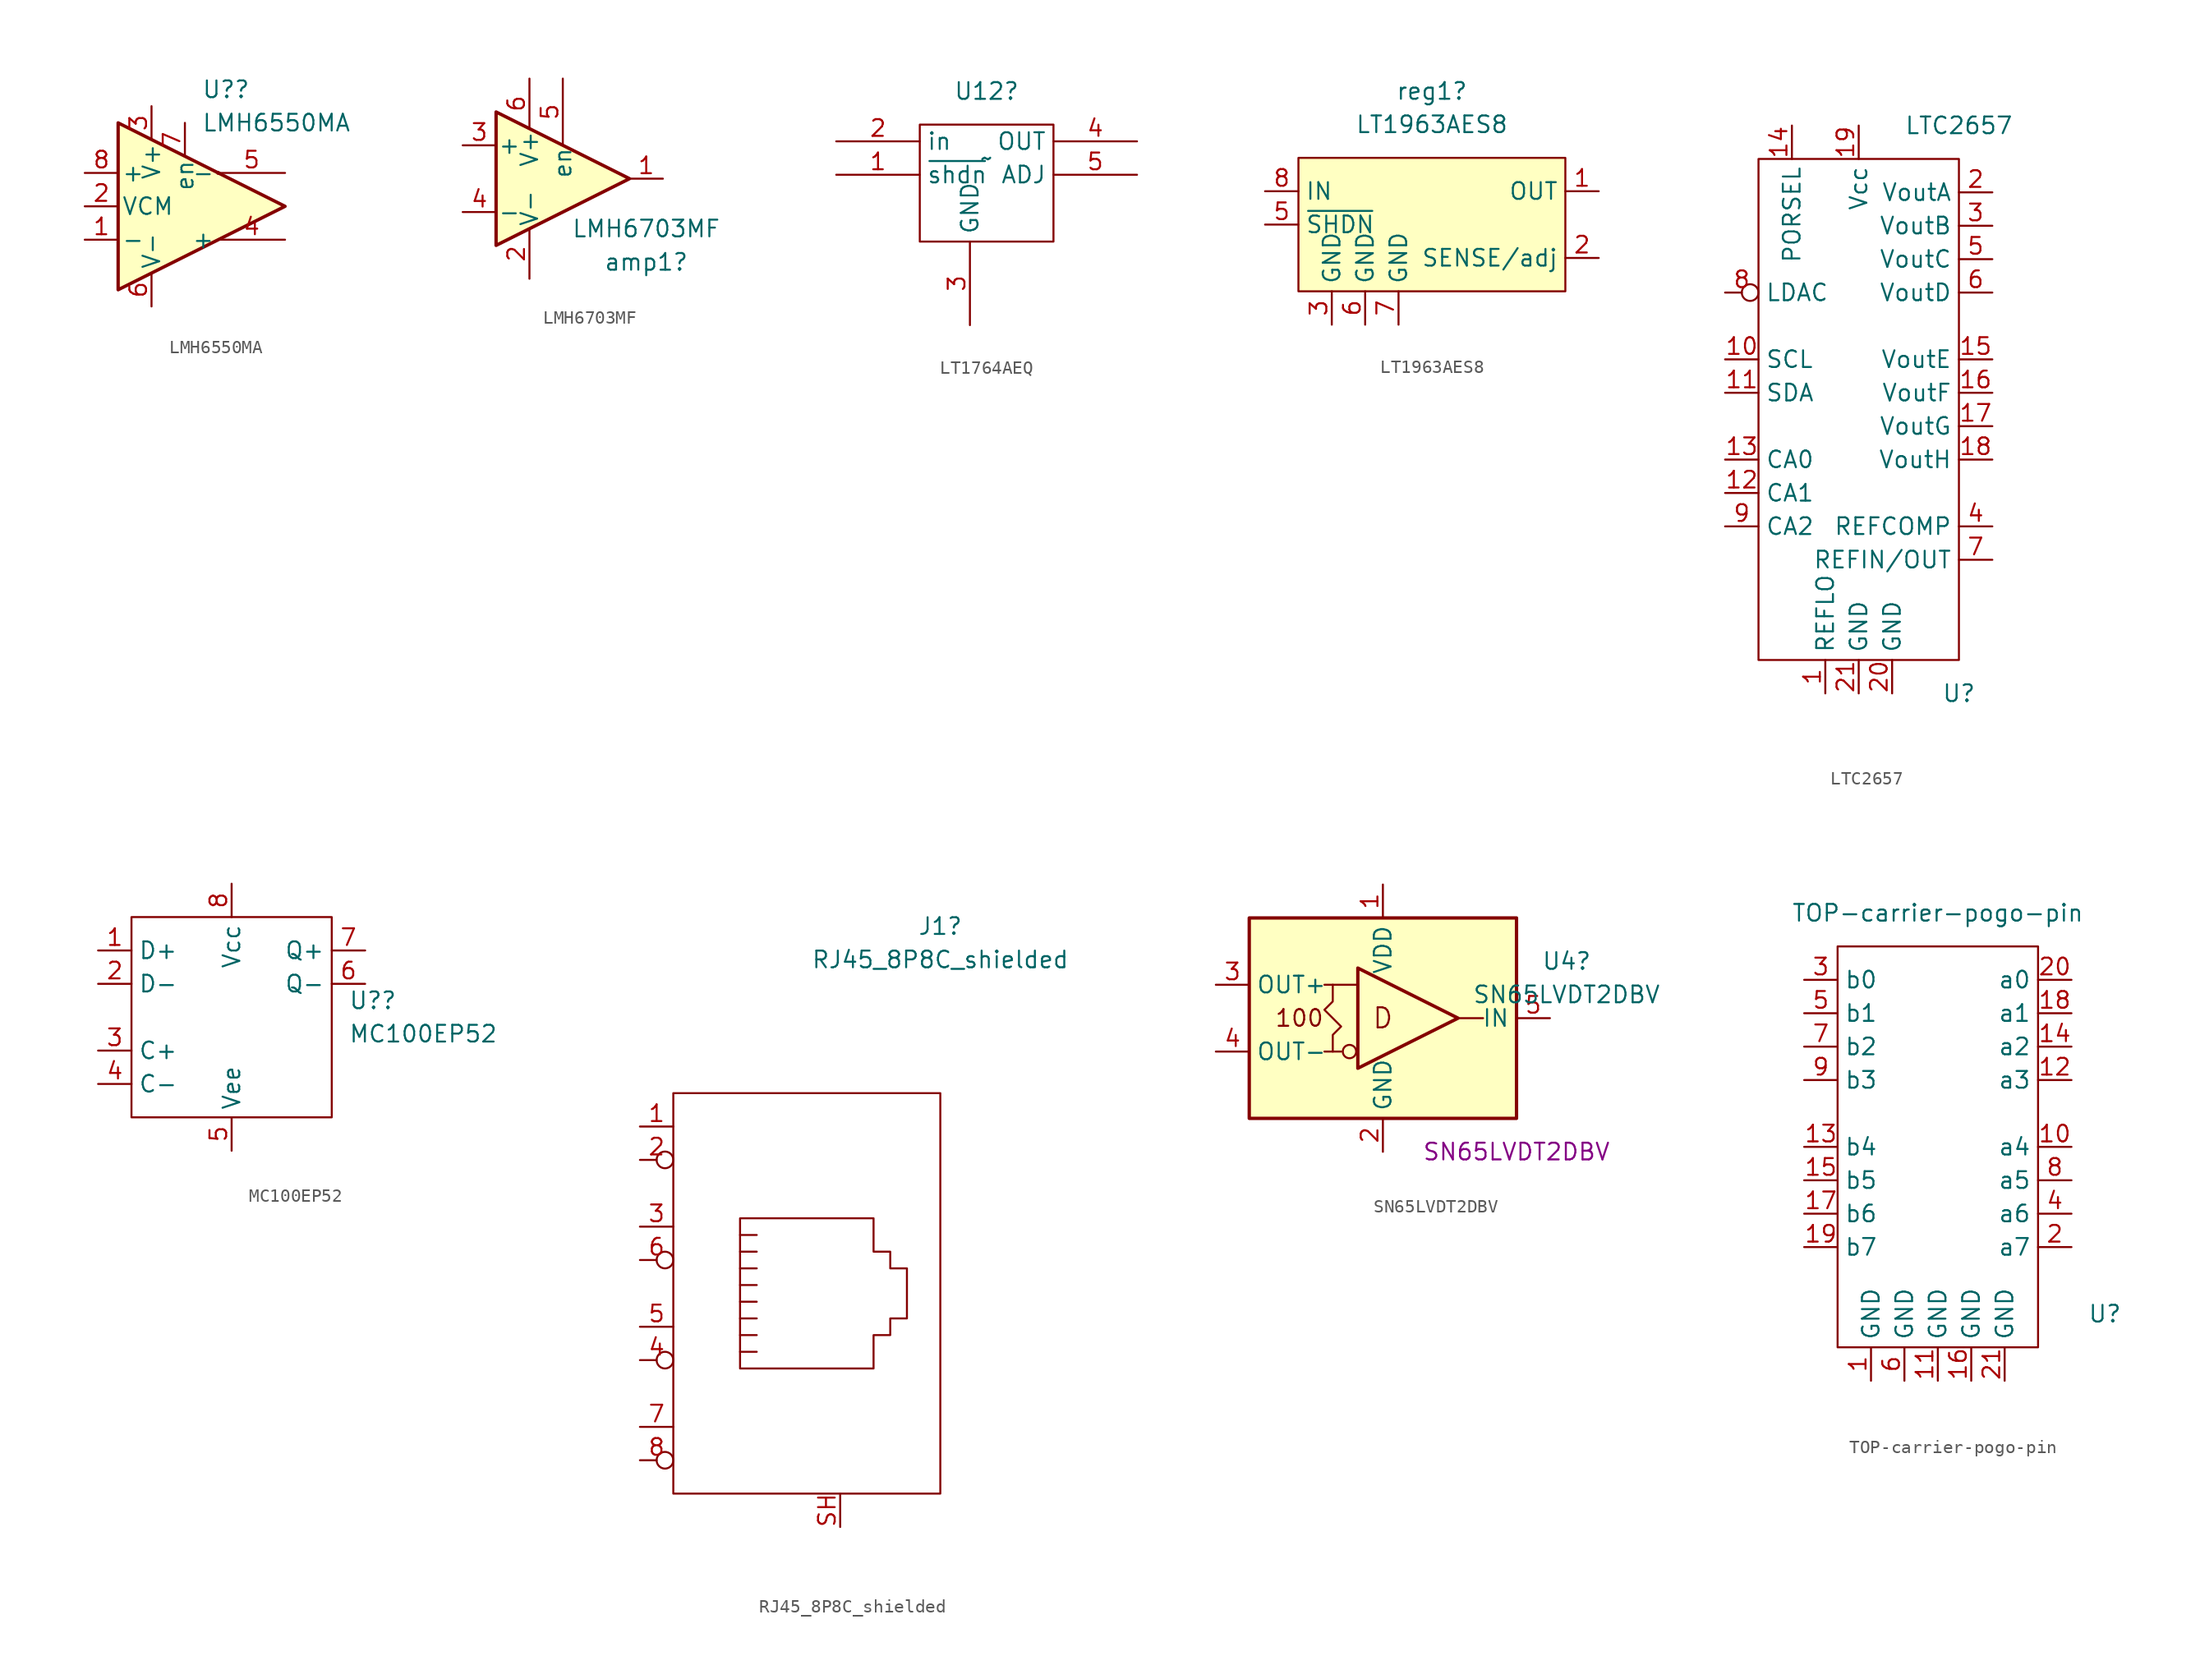
<source format=kicad_sym>
(kicad_symbol_lib
  (version 20241209)
  (generator "kicad_symbol_editor")
  (generator_version "9.0")
  (symbol "LMH6550MA"
    (pin_names
      (offset 0.254))
    (property "Reference" "U?"
      (at 1.27 8.89 0)
      (effects (font (size 1.27 1.27)) (justify left)))
    (property "Value" "LMH6550MA"
      (at 1.27 6.35 0)
      (effects (font (size 1.27 1.27)) (justify left)))
    (symbol "LMH6550MA_0_1"
      (circle (center 2.54 2.54) (radius 0.0001) (stroke (width 0) (type default)) (fill (type none)))
      (polyline (pts (xy 7.62 0) (xy -5.08 6.35) (xy -5.08 -6.35) (xy 7.62 0)) (stroke (width 0.254) (type default)) (fill (type background))))
    (symbol "LMH6550MA_1_1"
      (pin input line (at -7.62 2.54 0) (length 2.54) (name "+" (effects (font (size 1.27 1.27)))) (number "8" (effects (font (size 1.27 1.27)))))
      (pin input line (at -7.62 0 0) (length 2.54) (name "VCM" (effects (font (size 1.27 1.27)))) (number "2" (effects (font (size 1.27 1.27)))))
      (pin input line (at -7.62 -2.54 0) (length 2.54) (name "-" (effects (font (size 1.27 1.27)))) (number "1" (effects (font (size 1.27 1.27)))))
      (pin power_in line (at -2.54 7.62 270) (length 2.54) (name "V+" (effects (font (size 1.27 1.27)))) (number "3" (effects (font (size 1.27 1.27)))))
      (pin power_in line (at -2.54 -7.62 90) (length 2.54) (name "V-" (effects (font (size 1.27 1.27)))) (number "6" (effects (font (size 1.27 1.27)))))
      (pin input line (at 0 6.35 270) (length 2.54) (name "en" (effects (font (size 1.27 1.27)))) (number "7" (effects (font (size 1.27 1.27)))))
      (pin no_connect line (at 5.08 0 180) (length 2.54) (hide yes) (name "NC" (effects (font (size 1.27 1.27)))) (number "7" (effects (font (size 1.27 1.27)))))
      (pin output line (at 7.62 2.54 180) (length 5.08) (name "-" (effects (font (size 1.27 1.27)))) (number "5" (effects (font (size 1.27 1.27)))))
      (pin output line (at 7.62 -2.54 180) (length 5.08) (name "+" (effects (font (size 1.27 1.27)))) (number "4" (effects (font (size 1.27 1.27)))))))
  (symbol "LMH6703MF"
    (pin_names
      (offset 0.127))
    (property "Reference" "amp1"
      (at 6.35 -6.35 0)
      (effects (font (size 1.27 1.27))))
    (property "Value" "LMH6703MF"
      (at 6.35 -3.81 0)
      (effects (font (size 1.27 1.27))))
    (symbol "LMH6703MF_0_1"
      (polyline (pts (xy -5.08 5.08) (xy 5.08 0) (xy -5.08 -5.08) (xy -5.08 5.08)) (stroke (width 0.254) (type default)) (fill (type background)))
      (pin power_in line (at -2.54 7.62 270) (length 3.81) (name "V+" (effects (font (size 1.27 1.27)))) (number "6" (effects (font (size 1.27 1.27)))))
      (pin power_in line (at -2.54 -7.62 90) (length 3.81) (name "V-" (effects (font (size 1.27 1.27)))) (number "2" (effects (font (size 1.27 1.27))))))
    (symbol "LMH6703MF_1_1"
      (pin input line (at -7.62 2.54 0) (length 2.54) (name "+" (effects (font (size 1.27 1.27)))) (number "3" (effects (font (size 1.27 1.27)))))
      (pin input line (at -7.62 -2.54 0) (length 2.54) (name "-" (effects (font (size 1.27 1.27)))) (number "4" (effects (font (size 1.27 1.27)))))
      (pin input line (at 0 7.62 270) (length 5.08) (name "en" (effects (font (size 1.27 1.27)))) (number "5" (effects (font (size 1.27 1.27)))))
      (pin output line (at 7.62 0 180) (length 2.54) (name "~" (effects (font (size 1.27 1.27)))) (number "1" (effects (font (size 1.27 1.27)))))))
  (symbol "LT1764AEQ"
    (property "Reference" "U12"
      (at 0 5.08 0)
      (effects (font (size 1.27 1.27))))
    (property "Value" "~"
      (at 0 0 0)
      (effects (font (size 1.27 1.27))))
    (symbol "LT1764AEQ_0_1"
      (rectangle (start -5.08 2.54) (end 5.08 -6.35) (stroke (width 0) (type default)) (fill (type none))))
    (symbol "LT1764AEQ_1_1"
      (pin bidirectional line (at -11.43 1.27 0) (length 6.35) (name "in" (effects (font (size 1.27 1.27)))) (number "2" (effects (font (size 1.27 1.27)))))
      (pin bidirectional line (at -11.43 -1.27 0) (length 6.35) (name "~{shdn}" (effects (font (size 1.27 1.27)))) (number "1" (effects (font (size 1.27 1.27)))))
      (pin bidirectional line (at -1.27 -12.7 90) (length 6.35) (name "GND" (effects (font (size 1.27 1.27)))) (number "3" (effects (font (size 1.27 1.27)))))
      (pin bidirectional line (at 11.43 1.27 180) (length 6.35) (name "OUT" (effects (font (size 1.27 1.27)))) (number "4" (effects (font (size 1.27 1.27)))))
      (pin bidirectional line (at 11.43 -1.27 180) (length 6.35) (name "ADJ" (effects (font (size 1.27 1.27)))) (number "5" (effects (font (size 1.27 1.27)))))))
  (symbol "LT1963AES8"
    (property "Reference" "reg1"
      (at 0 10.16 0)
      (effects (font (size 1.27 1.27))))
    (property "Value" "LT1963AES8"
      (at 0 7.62 0)
      (effects (font (size 1.27 1.27))))
    (symbol "LT1963AES8_0_1"
      (rectangle (start -10.16 5.08) (end 10.16 -5.08) (stroke (width 0) (type default)) (fill (type background))))
    (symbol "LT1963AES8_1_1"
      (pin power_in line (at -12.7 2.54 0) (length 2.54) (name "IN" (effects (font (size 1.27 1.27)))) (number "8" (effects (font (size 1.27 1.27)))))
      (pin input line (at -12.7 0 0) (length 2.54) (name "~{SHDN}" (effects (font (size 1.27 1.27)))) (number "5" (effects (font (size 1.27 1.27)))))
      (pin power_in line (at -7.62 -7.62 90) (length 2.54) (name "GND" (effects (font (size 1.27 1.27)))) (number "3" (effects (font (size 1.27 1.27)))))
      (pin power_in line (at -5.08 -7.62 90) (length 2.54) (name "GND" (effects (font (size 1.27 1.27)))) (number "6" (effects (font (size 1.27 1.27)))))
      (pin power_in line (at -2.54 -7.62 90) (length 2.54) (name "GND" (effects (font (size 1.27 1.27)))) (number "7" (effects (font (size 1.27 1.27)))))
      (pin no_connect line (at 0 0 180) (length 0) (hide yes) (name "" (effects (font (size 1.27 1.27)))) (number "4" (effects (font (size 1.27 1.27)))))
      (pin power_out line (at 12.7 2.54 180) (length 2.54) (name "OUT" (effects (font (size 1.27 1.27)))) (number "1" (effects (font (size 1.27 1.27)))))
      (pin input line (at 12.7 -2.54 180) (length 2.54) (name "SENSE/adj" (effects (font (size 1.27 1.27)))) (number "2" (effects (font (size 1.27 1.27)))))))
  (symbol "LTC2657"
    (property "Reference" "U"
      (at 7.62 -25.4 0)
      (effects (font (size 1.27 1.27))))
    (property "Value" "LTC2657"
      (at 7.62 17.78 0)
      (effects (font (size 1.27 1.27))))
    (symbol "LTC2657_0_1"
      (rectangle (start -7.62 15.24) (end 7.62 -22.86) (stroke (width 0) (type default)) (fill (type none))))
    (symbol "LTC2657_1_1"
      (pin input inverted (at -10.16 5.08 0) (length 2.54) (name "LDAC" (effects (font (size 1.27 1.27)))) (number "8" (effects (font (size 1.27 1.27)))))
      (pin input line (at -10.16 0 0) (length 2.54) (name "SCL" (effects (font (size 1.27 1.27)))) (number "10" (effects (font (size 1.27 1.27)))))
      (pin input line (at -10.16 -2.54 0) (length 2.54) (name "SDA" (effects (font (size 1.27 1.27)))) (number "11" (effects (font (size 1.27 1.27)))))
      (pin input line (at -10.16 -7.62 0) (length 2.54) (name "CA0" (effects (font (size 1.27 1.27)))) (number "13" (effects (font (size 1.27 1.27)))))
      (pin input line (at -10.16 -10.16 0) (length 2.54) (name "CA1" (effects (font (size 1.27 1.27)))) (number "12" (effects (font (size 1.27 1.27)))))
      (pin input line (at -10.16 -12.7 0) (length 2.54) (name "CA2" (effects (font (size 1.27 1.27)))) (number "9" (effects (font (size 1.27 1.27)))))
      (pin input line (at -5.08 17.78 270) (length 2.54) (name "PORSEL" (effects (font (size 1.27 1.27)))) (number "14" (effects (font (size 1.27 1.27)))))
      (pin input line (at -2.54 -25.4 90) (length 2.54) (name "REFLO" (effects (font (size 1.27 1.27)))) (number "1" (effects (font (size 1.27 1.27)))))
      (pin power_in line (at 0 17.78 270) (length 2.54) (name "Vcc" (effects (font (size 1.27 1.27)))) (number "19" (effects (font (size 1.27 1.27)))))
      (pin power_in line (at 0 -25.4 90) (length 2.54) (name "GND" (effects (font (size 1.27 1.27)))) (number "21" (effects (font (size 1.27 1.27)))))
      (pin power_in line (at 2.54 -25.4 90) (length 2.54) (name "GND" (effects (font (size 1.27 1.27)))) (number "20" (effects (font (size 1.27 1.27)))))
      (pin output line (at 10.16 12.7 180) (length 2.54) (name "VoutA" (effects (font (size 1.27 1.27)))) (number "2" (effects (font (size 1.27 1.27)))))
      (pin output line (at 10.16 10.16 180) (length 2.54) (name "VoutB" (effects (font (size 1.27 1.27)))) (number "3" (effects (font (size 1.27 1.27)))))
      (pin output line (at 10.16 7.62 180) (length 2.54) (name "VoutC" (effects (font (size 1.27 1.27)))) (number "5" (effects (font (size 1.27 1.27)))))
      (pin output line (at 10.16 5.08 180) (length 2.54) (name "VoutD" (effects (font (size 1.27 1.27)))) (number "6" (effects (font (size 1.27 1.27)))))
      (pin output line (at 10.16 0 180) (length 2.54) (name "VoutE" (effects (font (size 1.27 1.27)))) (number "15" (effects (font (size 1.27 1.27)))))
      (pin output line (at 10.16 -2.54 180) (length 2.54) (name "VoutF" (effects (font (size 1.27 1.27)))) (number "16" (effects (font (size 1.27 1.27)))))
      (pin output line (at 10.16 -5.08 180) (length 2.54) (name "VoutG" (effects (font (size 1.27 1.27)))) (number "17" (effects (font (size 1.27 1.27)))))
      (pin output line (at 10.16 -7.62 180) (length 2.54) (name "VoutH" (effects (font (size 1.27 1.27)))) (number "18" (effects (font (size 1.27 1.27)))))
      (pin input line (at 10.16 -12.7 180) (length 2.54) (name "REFCOMP" (effects (font (size 1.27 1.27)))) (number "4" (effects (font (size 1.27 1.27)))))
      (pin input line (at 10.16 -15.24 180) (length 2.54) (name "REFIN/OUT" (effects (font (size 1.27 1.27)))) (number "7" (effects (font (size 1.27 1.27)))))))
  (symbol "MC100EP52"
    (property "Reference" "U?"
      (at 13.97 -1.27 0)
      (effects (font (size 1.27 1.27)) (justify left)))
    (property "Value" "MC100EP52"
      (at 13.97 -3.81 0)
      (effects (font (size 1.27 1.27)) (justify left)))
    (symbol "MC100EP52_0_1"
      (rectangle (start -2.54 5.08) (end 12.7 -10.16) (stroke (width 0) (type default)) (fill (type none))))
    (symbol "MC100EP52_1_1"
      (pin input line (at -5.08 2.54 0) (length 2.54) (name "D+" (effects (font (size 1.27 1.27)))) (number "1" (effects (font (size 1.27 1.27)))))
      (pin input line (at -5.08 0 0) (length 2.54) (name "D-" (effects (font (size 1.27 1.27)))) (number "2" (effects (font (size 1.27 1.27)))))
      (pin input line (at -5.08 -5.08 0) (length 2.54) (name "C+" (effects (font (size 1.27 1.27)))) (number "3" (effects (font (size 1.27 1.27)))))
      (pin input line (at -5.08 -7.62 0) (length 2.54) (name "C-" (effects (font (size 1.27 1.27)))) (number "4" (effects (font (size 1.27 1.27)))))
      (pin power_in line (at 5.08 7.62 270) (length 2.54) (name "Vcc" (effects (font (size 1.27 1.27)))) (number "8" (effects (font (size 1.27 1.27)))))
      (pin power_in line (at 5.08 -12.7 90) (length 2.54) (name "Vee" (effects (font (size 1.27 1.27)))) (number "5" (effects (font (size 1.27 1.27)))))
      (pin output line (at 15.24 2.54 180) (length 2.54) (name "Q+" (effects (font (size 1.27 1.27)))) (number "7" (effects (font (size 1.27 1.27)))))
      (pin output line (at 15.24 0 180) (length 2.54) (name "Q-" (effects (font (size 1.27 1.27)))) (number "6" (effects (font (size 1.27 1.27)))))))
  (symbol "RJ45_8P8C_shielded"
    (pin_names
      (offset 1.016))
    (property "Reference" "J1"
      (at 0 17.78 0)
      (effects (font (size 1.27 1.27))))
    (property "Value" "RJ45_8P8C_shielded"
      (at 0 15.24 0)
      (effects (font (size 1.27 1.27))))
    (symbol "RJ45_8P8C_shielded_0_0"
      (rectangle (start -20.32 5.08) (end 0 -25.4) (stroke (width 0) (type default)) (fill (type none))))
    (symbol "RJ45_8P8C_shielded_0_1"
      (polyline (pts (xy -15.24 -9.525) (xy -13.97 -9.525) (xy -13.97 -9.525)) (stroke (width 0) (type default)) (fill (type none)))
      (polyline (pts (xy -15.24 -10.795) (xy -13.97 -10.795) (xy -13.97 -10.795)) (stroke (width 0) (type default)) (fill (type none)))
      (polyline (pts (xy -15.24 -12.065) (xy -13.97 -12.065) (xy -13.97 -12.065)) (stroke (width 0) (type default)) (fill (type none)))
      (polyline (pts (xy -15.24 -13.335) (xy -13.97 -13.335) (xy -13.97 -13.335)) (stroke (width 0) (type default)) (fill (type none)))
      (polyline (pts (xy -15.24 -14.605) (xy -13.97 -14.605) (xy -13.97 -14.605)) (stroke (width 0) (type default)) (fill (type none)))
      (polyline (pts (xy -15.24 -15.875) (xy -15.24 -4.445) (xy -5.08 -4.445) (xy -5.08 -6.985) (xy -3.81 -6.985) (xy -3.81 -8.255) (xy -2.54 -8.255) (xy -2.54 -12.065) (xy -3.81 -12.065) (xy -3.81 -13.335) (xy -5.08 -13.335) (xy -5.08 -15.875) (xy -15.24 -15.875) (xy -15.24 -15.875)) (stroke (width 0) (type default)) (fill (type none)))
      (polyline (pts (xy -13.97 -5.715) (xy -15.24 -5.715)) (stroke (width 0) (type default)) (fill (type none)))
      (polyline (pts (xy -13.97 -6.985) (xy -15.24 -6.985)) (stroke (width 0) (type default)) (fill (type none)))
      (polyline (pts (xy -13.97 -8.255) (xy -15.24 -8.255) (xy -15.24 -8.255)) (stroke (width 0) (type default)) (fill (type none))))
    (symbol "RJ45_8P8C_shielded_1_1"
      (pin passive line (at -22.86 2.54 0) (length 2.54) (name "~" (effects (font (size 1.27 1.27)))) (number "1" (effects (font (size 1.27 1.27)))))
      (pin passive inverted (at -22.86 0 0) (length 2.54) (name "~" (effects (font (size 1.27 1.27)))) (number "2" (effects (font (size 1.27 1.27)))))
      (pin passive line (at -22.86 -5.08 0) (length 2.54) (name "~" (effects (font (size 1.27 1.27)))) (number "3" (effects (font (size 1.27 1.27)))))
      (pin passive inverted (at -22.86 -7.62 0) (length 2.54) (name "~" (effects (font (size 1.27 1.27)))) (number "6" (effects (font (size 1.27 1.27)))))
      (pin passive line (at -22.86 -12.7 0) (length 2.54) (name "~" (effects (font (size 1.27 1.27)))) (number "5" (effects (font (size 1.27 1.27)))))
      (pin passive inverted (at -22.86 -15.24 0) (length 2.54) (name "~" (effects (font (size 1.27 1.27)))) (number "4" (effects (font (size 1.27 1.27)))))
      (pin passive line (at -22.86 -20.32 0) (length 2.54) (name "~" (effects (font (size 1.27 1.27)))) (number "7" (effects (font (size 1.27 1.27)))))
      (pin passive inverted (at -22.86 -22.86 0) (length 2.54) (name "~" (effects (font (size 1.27 1.27)))) (number "8" (effects (font (size 1.27 1.27)))))
      (pin passive line (at -7.62 -27.94 90) (length 2.54) (name "~" (effects (font (size 1.27 1.27)))) (number "SH" (effects (font (size 1.27 1.27)))))))
  (symbol "SN65LVDT2DBV"
    (property "Reference" "U4"
      (at 13.97 4.331 0)
      (effects (font (size 1.27 1.27))))
    (property "Value" "SN65LVDT2DBV"
      (at 13.97 1.791 0)
      (effects (font (size 1.27 1.27))))
    (property "part#" "SN65LVDT2DBV"
      (at 10.16 -10.16 0)
      (effects (font (size 1.27 1.27))))
    (symbol "SN65LVDT2DBV_0_0"
      (text "100" (at -6.35 0 0) (effects (font (size 1.27 1.27)))))
    (symbol "SN65LVDT2DBV_0_1"
      (polyline (pts (xy -4.445 2.54) (xy -1.905 2.54)) (stroke (width 0) (type default)) (fill (type none)))
      (polyline (pts (xy -4.445 -2.54) (xy -3.175 -2.54)) (stroke (width 0) (type default)) (fill (type none)))
      (polyline (pts (xy -3.81 2.54) (xy -3.81 1.27) (xy -4.445 0.635) (xy -3.175 -0.635) (xy -3.81 -1.27) (xy -3.81 -2.54)) (stroke (width 0) (type default)) (fill (type none)))
      (polyline (pts (xy 7.62 0) (xy 5.715 0)) (stroke (width 0) (type default)) (fill (type none))))
    (symbol "SN65LVDT2DBV_1_0"
      (rectangle (start -10.16 7.62) (end 10.16 -7.62) (stroke (width 0.254) (type default)) (fill (type background)))
      (circle (center -2.54 -2.54) (radius 0.508) (stroke (width 0) (type default)) (fill (type none)))
      (text "D" (at 0 0 0) (effects (font (size 1.524 1.524)))))
    (symbol "SN65LVDT2DBV_1_1"
      (polyline (pts (xy -1.905 -3.81) (xy -1.905 3.81) (xy 5.715 0) (xy -1.905 -3.81)) (stroke (width 0.254) (type default)) (fill (type none)))
      (pin input line (at -12.7 2.54 0) (length 2.54) (name "OUT+" (effects (font (size 1.27 1.27)))) (number "3" (effects (font (size 1.27 1.27)))))
      (pin input line (at -12.7 -2.54 0) (length 2.54) (name "OUT-" (effects (font (size 1.27 1.27)))) (number "4" (effects (font (size 1.27 1.27)))))
      (pin power_in line (at 0 10.16 270) (length 2.54) (name "VDD" (effects (font (size 1.27 1.27)))) (number "1" (effects (font (size 1.27 1.27)))))
      (pin power_in line (at 0 -10.16 90) (length 2.54) (name "GND" (effects (font (size 1.27 1.27)))) (number "2" (effects (font (size 1.27 1.27)))))
      (pin output line (at 12.7 0 180) (length 2.54) (name "IN" (effects (font (size 1.27 1.27)))) (number "5" (effects (font (size 1.27 1.27)))))))
  (symbol "TOP-carrier-pogo-pin"
    (property "Reference" "U"
      (at 12.7 -2.54 0)
      (effects (font (size 1.27 1.27))))
    (property "Value" "TOP-carrier-pogo-pin"
      (at 0 27.94 0)
      (effects (font (size 1.27 1.27))))
    (symbol "TOP-carrier-pogo-pin_0_1"
      (rectangle (start -7.62 25.4) (end 7.62 -5.08) (stroke (width 0) (type default)) (fill (type none))))
    (symbol "TOP-carrier-pogo-pin_1_1"
      (pin output line (at -10.16 22.86 0) (length 2.54) (name "b0" (effects (font (size 1.27 1.27)))) (number "3" (effects (font (size 1.27 1.27)))))
      (pin output line (at -10.16 20.32 0) (length 2.54) (name "b1" (effects (font (size 1.27 1.27)))) (number "5" (effects (font (size 1.27 1.27)))))
      (pin output line (at -10.16 17.78 0) (length 2.54) (name "b2" (effects (font (size 1.27 1.27)))) (number "7" (effects (font (size 1.27 1.27)))))
      (pin output line (at -10.16 15.24 0) (length 2.54) (name "b3" (effects (font (size 1.27 1.27)))) (number "9" (effects (font (size 1.27 1.27)))))
      (pin output line (at -10.16 10.16 0) (length 2.54) (name "b4" (effects (font (size 1.27 1.27)))) (number "13" (effects (font (size 1.27 1.27)))))
      (pin output line (at -10.16 7.62 0) (length 2.54) (name "b5" (effects (font (size 1.27 1.27)))) (number "15" (effects (font (size 1.27 1.27)))))
      (pin output line (at -10.16 5.08 0) (length 2.54) (name "b6" (effects (font (size 1.27 1.27)))) (number "17" (effects (font (size 1.27 1.27)))))
      (pin output line (at -10.16 2.54 0) (length 2.54) (name "b7" (effects (font (size 1.27 1.27)))) (number "19" (effects (font (size 1.27 1.27)))))
      (pin power_in line (at -5.08 -7.62 90) (length 2.54) (name "GND" (effects (font (size 1.27 1.27)))) (number "1" (effects (font (size 1.27 1.27)))))
      (pin power_in line (at -2.54 -7.62 90) (length 2.54) (name "GND" (effects (font (size 1.27 1.27)))) (number "6" (effects (font (size 1.27 1.27)))))
      (pin power_in line (at 0 -7.62 90) (length 2.54) (name "GND" (effects (font (size 1.27 1.27)))) (number "11" (effects (font (size 1.27 1.27)))))
      (pin power_in line (at 2.54 -7.62 90) (length 2.54) (name "GND" (effects (font (size 1.27 1.27)))) (number "16" (effects (font (size 1.27 1.27)))))
      (pin power_in line (at 5.08 -7.62 90) (length 2.54) (name "GND" (effects (font (size 1.27 1.27)))) (number "21" (effects (font (size 1.27 1.27)))))
      (pin output line (at 10.16 22.86 180) (length 2.54) (name "a0" (effects (font (size 1.27 1.27)))) (number "20" (effects (font (size 1.27 1.27)))))
      (pin output line (at 10.16 20.32 180) (length 2.54) (name "a1" (effects (font (size 1.27 1.27)))) (number "18" (effects (font (size 1.27 1.27)))))
      (pin output line (at 10.16 17.78 180) (length 2.54) (name "a2" (effects (font (size 1.27 1.27)))) (number "14" (effects (font (size 1.27 1.27)))))
      (pin output line (at 10.16 15.24 180) (length 2.54) (name "a3" (effects (font (size 1.27 1.27)))) (number "12" (effects (font (size 1.27 1.27)))))
      (pin output line (at 10.16 10.16 180) (length 2.54) (name "a4" (effects (font (size 1.27 1.27)))) (number "10" (effects (font (size 1.27 1.27)))))
      (pin output line (at 10.16 7.62 180) (length 2.54) (name "a5" (effects (font (size 1.27 1.27)))) (number "8" (effects (font (size 1.27 1.27)))))
      (pin output line (at 10.16 5.08 180) (length 2.54) (name "a6" (effects (font (size 1.27 1.27)))) (number "4" (effects (font (size 1.27 1.27)))))
      (pin output line (at 10.16 2.54 180) (length 2.54) (name "a7" (effects (font (size 1.27 1.27)))) (number "2" (effects (font (size 1.27 1.27))))))))
</source>
